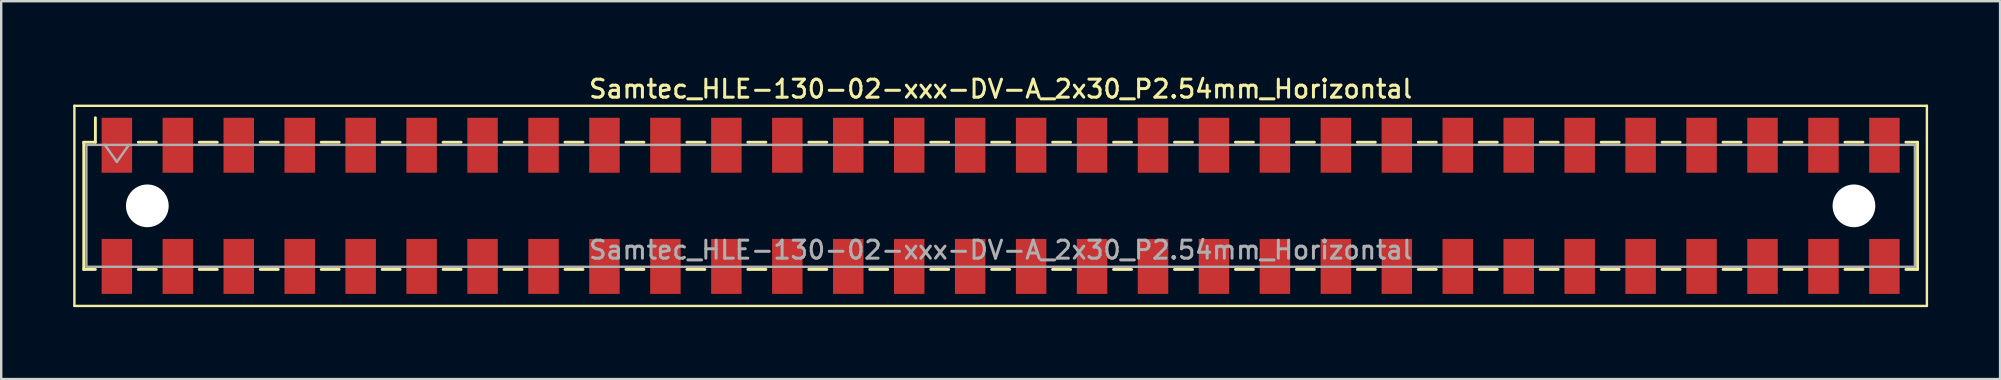
<source format=kicad_pcb>
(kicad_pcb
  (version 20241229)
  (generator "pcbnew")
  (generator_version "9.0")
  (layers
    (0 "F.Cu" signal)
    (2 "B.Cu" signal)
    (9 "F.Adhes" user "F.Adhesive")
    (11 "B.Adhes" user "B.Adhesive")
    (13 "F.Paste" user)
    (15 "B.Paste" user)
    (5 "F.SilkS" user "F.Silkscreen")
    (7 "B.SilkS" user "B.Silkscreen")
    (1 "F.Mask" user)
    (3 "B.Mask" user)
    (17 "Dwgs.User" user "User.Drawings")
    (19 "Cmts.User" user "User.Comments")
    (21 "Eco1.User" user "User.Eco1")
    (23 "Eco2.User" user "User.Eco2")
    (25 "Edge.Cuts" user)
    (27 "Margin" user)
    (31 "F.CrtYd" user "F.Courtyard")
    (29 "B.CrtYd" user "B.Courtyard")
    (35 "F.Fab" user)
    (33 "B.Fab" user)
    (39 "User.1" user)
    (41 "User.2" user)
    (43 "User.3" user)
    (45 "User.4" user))
  (footprint "Samtec_HLE-130-02-xxx-DV-A_2x30_P2.54mm_Horizontal"
    (layer "F.Cu")
    (at 38.65 5.528)
    (property "Reference" "Samtec_HLE-130-02-xxx-DV-A_2x30_P2.54mm_Horizontal" (at 0 -4.87 0) (layer "F.SilkS") (effects (font (size 0.75 0.75) (thickness 0.125))))
    (attr smd)
    (fp_line (start -38.6 -4.17) (end 38.6 -4.17) (stroke (width 0.1) (type solid)) (layer "F.SilkS"))
    (fp_line (start -38.6 4.17) (end -38.6 -4.17) (stroke (width 0.1) (type solid)) (layer "F.SilkS"))
    (fp_line (start -38.21 -2.65) (end -38.21 2.65) (stroke (width 0.12) (type solid)) (layer "F.SilkS"))
    (fp_line (start -38.21 2.65) (end -37.725 2.65) (stroke (width 0.12) (type solid)) (layer "F.SilkS"))
    (fp_line (start -37.725 -3.67) (end -37.725 -2.65) (stroke (width 0.12) (type solid)) (layer "F.SilkS"))
    (fp_line (start -37.725 -2.65) (end -38.21 -2.65) (stroke (width 0.12) (type solid)) (layer "F.SilkS"))
    (fp_line (start -35.935 -2.65) (end -35.185 -2.65) (stroke (width 0.12) (type solid)) (layer "F.SilkS"))
    (fp_line (start -35.935 2.65) (end -35.185 2.65) (stroke (width 0.12) (type solid)) (layer "F.SilkS"))
    (fp_line (start -33.395 -2.65) (end -32.645 -2.65) (stroke (width 0.12) (type solid)) (layer "F.SilkS"))
    (fp_line (start -33.395 2.65) (end -32.645 2.65) (stroke (width 0.12) (type solid)) (layer "F.SilkS"))
    (fp_line (start -30.855 -2.65) (end -30.105 -2.65) (stroke (width 0.12) (type solid)) (layer "F.SilkS"))
    (fp_line (start -30.855 2.65) (end -30.105 2.65) (stroke (width 0.12) (type solid)) (layer "F.SilkS"))
    (fp_line (start -28.315 -2.65) (end -27.565 -2.65) (stroke (width 0.12) (type solid)) (layer "F.SilkS"))
    (fp_line (start -28.315 2.65) (end -27.565 2.65) (stroke (width 0.12) (type solid)) (layer "F.SilkS"))
    (fp_line (start -25.775 -2.65) (end -25.025 -2.65) (stroke (width 0.12) (type solid)) (layer "F.SilkS"))
    (fp_line (start -25.775 2.65) (end -25.025 2.65) (stroke (width 0.12) (type solid)) (layer "F.SilkS"))
    (fp_line (start -23.235 -2.65) (end -22.485 -2.65) (stroke (width 0.12) (type solid)) (layer "F.SilkS"))
    (fp_line (start -23.235 2.65) (end -22.485 2.65) (stroke (width 0.12) (type solid)) (layer "F.SilkS"))
    (fp_line (start -20.695 -2.65) (end -19.945 -2.65) (stroke (width 0.12) (type solid)) (layer "F.SilkS"))
    (fp_line (start -20.695 2.65) (end -19.945 2.65) (stroke (width 0.12) (type solid)) (layer "F.SilkS"))
    (fp_line (start -18.155 -2.65) (end -17.405 -2.65) (stroke (width 0.12) (type solid)) (layer "F.SilkS"))
    (fp_line (start -18.155 2.65) (end -17.405 2.65) (stroke (width 0.12) (type solid)) (layer "F.SilkS"))
    (fp_line (start -15.615 -2.65) (end -14.865 -2.65) (stroke (width 0.12) (type solid)) (layer "F.SilkS"))
    (fp_line (start -15.615 2.65) (end -14.865 2.65) (stroke (width 0.12) (type solid)) (layer "F.SilkS"))
    (fp_line (start -13.075 -2.65) (end -12.325 -2.65) (stroke (width 0.12) (type solid)) (layer "F.SilkS"))
    (fp_line (start -13.075 2.65) (end -12.325 2.65) (stroke (width 0.12) (type solid)) (layer "F.SilkS"))
    (fp_line (start -10.535 -2.65) (end -9.785 -2.65) (stroke (width 0.12) (type solid)) (layer "F.SilkS"))
    (fp_line (start -10.535 2.65) (end -9.785 2.65) (stroke (width 0.12) (type solid)) (layer "F.SilkS"))
    (fp_line (start -7.995 -2.65) (end -7.245 -2.65) (stroke (width 0.12) (type solid)) (layer "F.SilkS"))
    (fp_line (start -7.995 2.65) (end -7.245 2.65) (stroke (width 0.12) (type solid)) (layer "F.SilkS"))
    (fp_line (start -5.455 -2.65) (end -4.705 -2.65) (stroke (width 0.12) (type solid)) (layer "F.SilkS"))
    (fp_line (start -5.455 2.65) (end -4.705 2.65) (stroke (width 0.12) (type solid)) (layer "F.SilkS"))
    (fp_line (start -2.915 -2.65) (end -2.165 -2.65) (stroke (width 0.12) (type solid)) (layer "F.SilkS"))
    (fp_line (start -2.915 2.65) (end -2.165 2.65) (stroke (width 0.12) (type solid)) (layer "F.SilkS"))
    (fp_line (start -0.375 -2.65) (end 0.375 -2.65) (stroke (width 0.12) (type solid)) (layer "F.SilkS"))
    (fp_line (start -0.375 2.65) (end 0.375 2.65) (stroke (width 0.12) (type solid)) (layer "F.SilkS"))
    (fp_line (start 2.165 -2.65) (end 2.915 -2.65) (stroke (width 0.12) (type solid)) (layer "F.SilkS"))
    (fp_line (start 2.165 2.65) (end 2.915 2.65) (stroke (width 0.12) (type solid)) (layer "F.SilkS"))
    (fp_line (start 4.705 -2.65) (end 5.455 -2.65) (stroke (width 0.12) (type solid)) (layer "F.SilkS"))
    (fp_line (start 4.705 2.65) (end 5.455 2.65) (stroke (width 0.12) (type solid)) (layer "F.SilkS"))
    (fp_line (start 7.245 -2.65) (end 7.995 -2.65) (stroke (width 0.12) (type solid)) (layer "F.SilkS"))
    (fp_line (start 7.245 2.65) (end 7.995 2.65) (stroke (width 0.12) (type solid)) (layer "F.SilkS"))
    (fp_line (start 9.785 -2.65) (end 10.535 -2.65) (stroke (width 0.12) (type solid)) (layer "F.SilkS"))
    (fp_line (start 9.785 2.65) (end 10.535 2.65) (stroke (width 0.12) (type solid)) (layer "F.SilkS"))
    (fp_line (start 12.325 -2.65) (end 13.075 -2.65) (stroke (width 0.12) (type solid)) (layer "F.SilkS"))
    (fp_line (start 12.325 2.65) (end 13.075 2.65) (stroke (width 0.12) (type solid)) (layer "F.SilkS"))
    (fp_line (start 14.865 -2.65) (end 15.615 -2.65) (stroke (width 0.12) (type solid)) (layer "F.SilkS"))
    (fp_line (start 14.865 2.65) (end 15.615 2.65) (stroke (width 0.12) (type solid)) (layer "F.SilkS"))
    (fp_line (start 17.405 -2.65) (end 18.155 -2.65) (stroke (width 0.12) (type solid)) (layer "F.SilkS"))
    (fp_line (start 17.405 2.65) (end 18.155 2.65) (stroke (width 0.12) (type solid)) (layer "F.SilkS"))
    (fp_line (start 19.945 -2.65) (end 20.695 -2.65) (stroke (width 0.12) (type solid)) (layer "F.SilkS"))
    (fp_line (start 19.945 2.65) (end 20.695 2.65) (stroke (width 0.12) (type solid)) (layer "F.SilkS"))
    (fp_line (start 22.485 -2.65) (end 23.235 -2.65) (stroke (width 0.12) (type solid)) (layer "F.SilkS"))
    (fp_line (start 22.485 2.65) (end 23.235 2.65) (stroke (width 0.12) (type solid)) (layer "F.SilkS"))
    (fp_line (start 25.025 -2.65) (end 25.775 -2.65) (stroke (width 0.12) (type solid)) (layer "F.SilkS"))
    (fp_line (start 25.025 2.65) (end 25.775 2.65) (stroke (width 0.12) (type solid)) (layer "F.SilkS"))
    (fp_line (start 27.565 -2.65) (end 28.315 -2.65) (stroke (width 0.12) (type solid)) (layer "F.SilkS"))
    (fp_line (start 27.565 2.65) (end 28.315 2.65) (stroke (width 0.12) (type solid)) (layer "F.SilkS"))
    (fp_line (start 30.105 -2.65) (end 30.855 -2.65) (stroke (width 0.12) (type solid)) (layer "F.SilkS"))
    (fp_line (start 30.105 2.65) (end 30.855 2.65) (stroke (width 0.12) (type solid)) (layer "F.SilkS"))
    (fp_line (start 32.645 -2.65) (end 33.395 -2.65) (stroke (width 0.12) (type solid)) (layer "F.SilkS"))
    (fp_line (start 32.645 2.65) (end 33.395 2.65) (stroke (width 0.12) (type solid)) (layer "F.SilkS"))
    (fp_line (start 35.185 -2.65) (end 35.935 -2.65) (stroke (width 0.12) (type solid)) (layer "F.SilkS"))
    (fp_line (start 35.185 2.65) (end 35.935 2.65) (stroke (width 0.12) (type solid)) (layer "F.SilkS"))
    (fp_line (start 37.725 -2.65) (end 38.21 -2.65) (stroke (width 0.12) (type solid)) (layer "F.SilkS"))
    (fp_line (start 38.21 -2.65) (end 38.21 2.65) (stroke (width 0.12) (type solid)) (layer "F.SilkS"))
    (fp_line (start 38.21 2.65) (end 37.725 2.65) (stroke (width 0.12) (type solid)) (layer "F.SilkS"))
    (fp_line (start 38.6 -4.17) (end 38.6 4.17) (stroke (width 0.1) (type solid)) (layer "F.SilkS"))
    (fp_line (start 38.6 4.17) (end -38.6 4.17) (stroke (width 0.1) (type solid)) (layer "F.SilkS"))
    (fp_line (start -38.1 -2.54) (end 38.1 -2.54) (stroke (width 0.1) (type solid)) (layer "F.Fab"))
    (fp_line (start -38.1 2.54) (end -38.1 -2.54) (stroke (width 0.1) (type solid)) (layer "F.Fab"))
    (fp_line (start -37.33 -2.54) (end -36.83 -1.833) (stroke (width 0.1) (type solid)) (layer "F.Fab"))
    (fp_line (start -36.83 -1.833) (end -36.33 -2.54) (stroke (width 0.1) (type solid)) (layer "F.Fab"))
    (fp_line (start 38.1 -2.54) (end 38.1 2.54) (stroke (width 0.1) (type solid)) (layer "F.Fab"))
    (fp_line (start 38.1 2.54) (end -38.1 2.54) (stroke (width 0.1) (type solid)) (layer "F.Fab"))
    (fp_text user "${REFERENCE}" (at 0 1.84 0) (layer "F.Fab") (effects (font (size 0.75 0.75) (thickness 0.125))))
    (pad "" np_thru_hole circle (at -35.56 0) (size 1.78 1.78) (drill 1.78) (layers "*.Cu" "*.Mask"))
    (pad "" np_thru_hole circle (at 35.56 0) (size 1.78 1.78) (drill 1.78) (layers "*.Cu" "*.Mask"))
    (pad "1" smd rect (at -36.83 -2.525) (size 1.27 2.29) (layers "F.Cu" "F.Mask" "F.Paste"))
    (pad "2" smd rect (at -36.83 2.525) (size 1.27 2.29) (layers "F.Cu" "F.Mask" "F.Paste"))
    (pad "3" smd rect (at -34.29 -2.525) (size 1.27 2.29) (layers "F.Cu" "F.Mask" "F.Paste"))
    (pad "4" smd rect (at -34.29 2.525) (size 1.27 2.29) (layers "F.Cu" "F.Mask" "F.Paste"))
    (pad "5" smd rect (at -31.75 -2.525) (size 1.27 2.29) (layers "F.Cu" "F.Mask" "F.Paste"))
    (pad "6" smd rect (at -31.75 2.525) (size 1.27 2.29) (layers "F.Cu" "F.Mask" "F.Paste"))
    (pad "7" smd rect (at -29.21 -2.525) (size 1.27 2.29) (layers "F.Cu" "F.Mask" "F.Paste"))
    (pad "8" smd rect (at -29.21 2.525) (size 1.27 2.29) (layers "F.Cu" "F.Mask" "F.Paste"))
    (pad "9" smd rect (at -26.67 -2.525) (size 1.27 2.29) (layers "F.Cu" "F.Mask" "F.Paste"))
    (pad "10" smd rect (at -26.67 2.525) (size 1.27 2.29) (layers "F.Cu" "F.Mask" "F.Paste"))
    (pad "11" smd rect (at -24.13 -2.525) (size 1.27 2.29) (layers "F.Cu" "F.Mask" "F.Paste"))
    (pad "12" smd rect (at -24.13 2.525) (size 1.27 2.29) (layers "F.Cu" "F.Mask" "F.Paste"))
    (pad "13" smd rect (at -21.59 -2.525) (size 1.27 2.29) (layers "F.Cu" "F.Mask" "F.Paste"))
    (pad "14" smd rect (at -21.59 2.525) (size 1.27 2.29) (layers "F.Cu" "F.Mask" "F.Paste"))
    (pad "15" smd rect (at -19.05 -2.525) (size 1.27 2.29) (layers "F.Cu" "F.Mask" "F.Paste"))
    (pad "16" smd rect (at -19.05 2.525) (size 1.27 2.29) (layers "F.Cu" "F.Mask" "F.Paste"))
    (pad "17" smd rect (at -16.51 -2.525) (size 1.27 2.29) (layers "F.Cu" "F.Mask" "F.Paste"))
    (pad "18" smd rect (at -16.51 2.525) (size 1.27 2.29) (layers "F.Cu" "F.Mask" "F.Paste"))
    (pad "19" smd rect (at -13.97 -2.525) (size 1.27 2.29) (layers "F.Cu" "F.Mask" "F.Paste"))
    (pad "20" smd rect (at -13.97 2.525) (size 1.27 2.29) (layers "F.Cu" "F.Mask" "F.Paste"))
    (pad "21" smd rect (at -11.43 -2.525) (size 1.27 2.29) (layers "F.Cu" "F.Mask" "F.Paste"))
    (pad "22" smd rect (at -11.43 2.525) (size 1.27 2.29) (layers "F.Cu" "F.Mask" "F.Paste"))
    (pad "23" smd rect (at -8.89 -2.525) (size 1.27 2.29) (layers "F.Cu" "F.Mask" "F.Paste"))
    (pad "24" smd rect (at -8.89 2.525) (size 1.27 2.29) (layers "F.Cu" "F.Mask" "F.Paste"))
    (pad "25" smd rect (at -6.35 -2.525) (size 1.27 2.29) (layers "F.Cu" "F.Mask" "F.Paste"))
    (pad "26" smd rect (at -6.35 2.525) (size 1.27 2.29) (layers "F.Cu" "F.Mask" "F.Paste"))
    (pad "27" smd rect (at -3.81 -2.525) (size 1.27 2.29) (layers "F.Cu" "F.Mask" "F.Paste"))
    (pad "28" smd rect (at -3.81 2.525) (size 1.27 2.29) (layers "F.Cu" "F.Mask" "F.Paste"))
    (pad "29" smd rect (at -1.27 -2.525) (size 1.27 2.29) (layers "F.Cu" "F.Mask" "F.Paste"))
    (pad "30" smd rect (at -1.27 2.525) (size 1.27 2.29) (layers "F.Cu" "F.Mask" "F.Paste"))
    (pad "31" smd rect (at 1.27 -2.525) (size 1.27 2.29) (layers "F.Cu" "F.Mask" "F.Paste"))
    (pad "32" smd rect (at 1.27 2.525) (size 1.27 2.29) (layers "F.Cu" "F.Mask" "F.Paste"))
    (pad "33" smd rect (at 3.81 -2.525) (size 1.27 2.29) (layers "F.Cu" "F.Mask" "F.Paste"))
    (pad "34" smd rect (at 3.81 2.525) (size 1.27 2.29) (layers "F.Cu" "F.Mask" "F.Paste"))
    (pad "35" smd rect (at 6.35 -2.525) (size 1.27 2.29) (layers "F.Cu" "F.Mask" "F.Paste"))
    (pad "36" smd rect (at 6.35 2.525) (size 1.27 2.29) (layers "F.Cu" "F.Mask" "F.Paste"))
    (pad "37" smd rect (at 8.89 -2.525) (size 1.27 2.29) (layers "F.Cu" "F.Mask" "F.Paste"))
    (pad "38" smd rect (at 8.89 2.525) (size 1.27 2.29) (layers "F.Cu" "F.Mask" "F.Paste"))
    (pad "39" smd rect (at 11.43 -2.525) (size 1.27 2.29) (layers "F.Cu" "F.Mask" "F.Paste"))
    (pad "40" smd rect (at 11.43 2.525) (size 1.27 2.29) (layers "F.Cu" "F.Mask" "F.Paste"))
    (pad "41" smd rect (at 13.97 -2.525) (size 1.27 2.29) (layers "F.Cu" "F.Mask" "F.Paste"))
    (pad "42" smd rect (at 13.97 2.525) (size 1.27 2.29) (layers "F.Cu" "F.Mask" "F.Paste"))
    (pad "43" smd rect (at 16.51 -2.525) (size 1.27 2.29) (layers "F.Cu" "F.Mask" "F.Paste"))
    (pad "44" smd rect (at 16.51 2.525) (size 1.27 2.29) (layers "F.Cu" "F.Mask" "F.Paste"))
    (pad "45" smd rect (at 19.05 -2.525) (size 1.27 2.29) (layers "F.Cu" "F.Mask" "F.Paste"))
    (pad "46" smd rect (at 19.05 2.525) (size 1.27 2.29) (layers "F.Cu" "F.Mask" "F.Paste"))
    (pad "47" smd rect (at 21.59 -2.525) (size 1.27 2.29) (layers "F.Cu" "F.Mask" "F.Paste"))
    (pad "48" smd rect (at 21.59 2.525) (size 1.27 2.29) (layers "F.Cu" "F.Mask" "F.Paste"))
    (pad "49" smd rect (at 24.13 -2.525) (size 1.27 2.29) (layers "F.Cu" "F.Mask" "F.Paste"))
    (pad "50" smd rect (at 24.13 2.525) (size 1.27 2.29) (layers "F.Cu" "F.Mask" "F.Paste"))
    (pad "51" smd rect (at 26.67 -2.525) (size 1.27 2.29) (layers "F.Cu" "F.Mask" "F.Paste"))
    (pad "52" smd rect (at 26.67 2.525) (size 1.27 2.29) (layers "F.Cu" "F.Mask" "F.Paste"))
    (pad "53" smd rect (at 29.21 -2.525) (size 1.27 2.29) (layers "F.Cu" "F.Mask" "F.Paste"))
    (pad "54" smd rect (at 29.21 2.525) (size 1.27 2.29) (layers "F.Cu" "F.Mask" "F.Paste"))
    (pad "55" smd rect (at 31.75 -2.525) (size 1.27 2.29) (layers "F.Cu" "F.Mask" "F.Paste"))
    (pad "56" smd rect (at 31.75 2.525) (size 1.27 2.29) (layers "F.Cu" "F.Mask" "F.Paste"))
    (pad "57" smd rect (at 34.29 -2.525) (size 1.27 2.29) (layers "F.Cu" "F.Mask" "F.Paste"))
    (pad "58" smd rect (at 34.29 2.525) (size 1.27 2.29) (layers "F.Cu" "F.Mask" "F.Paste"))
    (pad "59" smd rect (at 36.83 -2.525) (size 1.27 2.29) (layers "F.Cu" "F.Mask" "F.Paste"))
    (pad "60" smd rect (at 36.83 2.525) (size 1.27 2.29) (layers "F.Cu" "F.Mask" "F.Paste")))
  (gr_rect
    (start -3 -3)
    (end 80.3 12.748)
    (stroke (width 0.1) (type default))
    (fill no)
    (layer "Edge.Cuts")))
</source>
